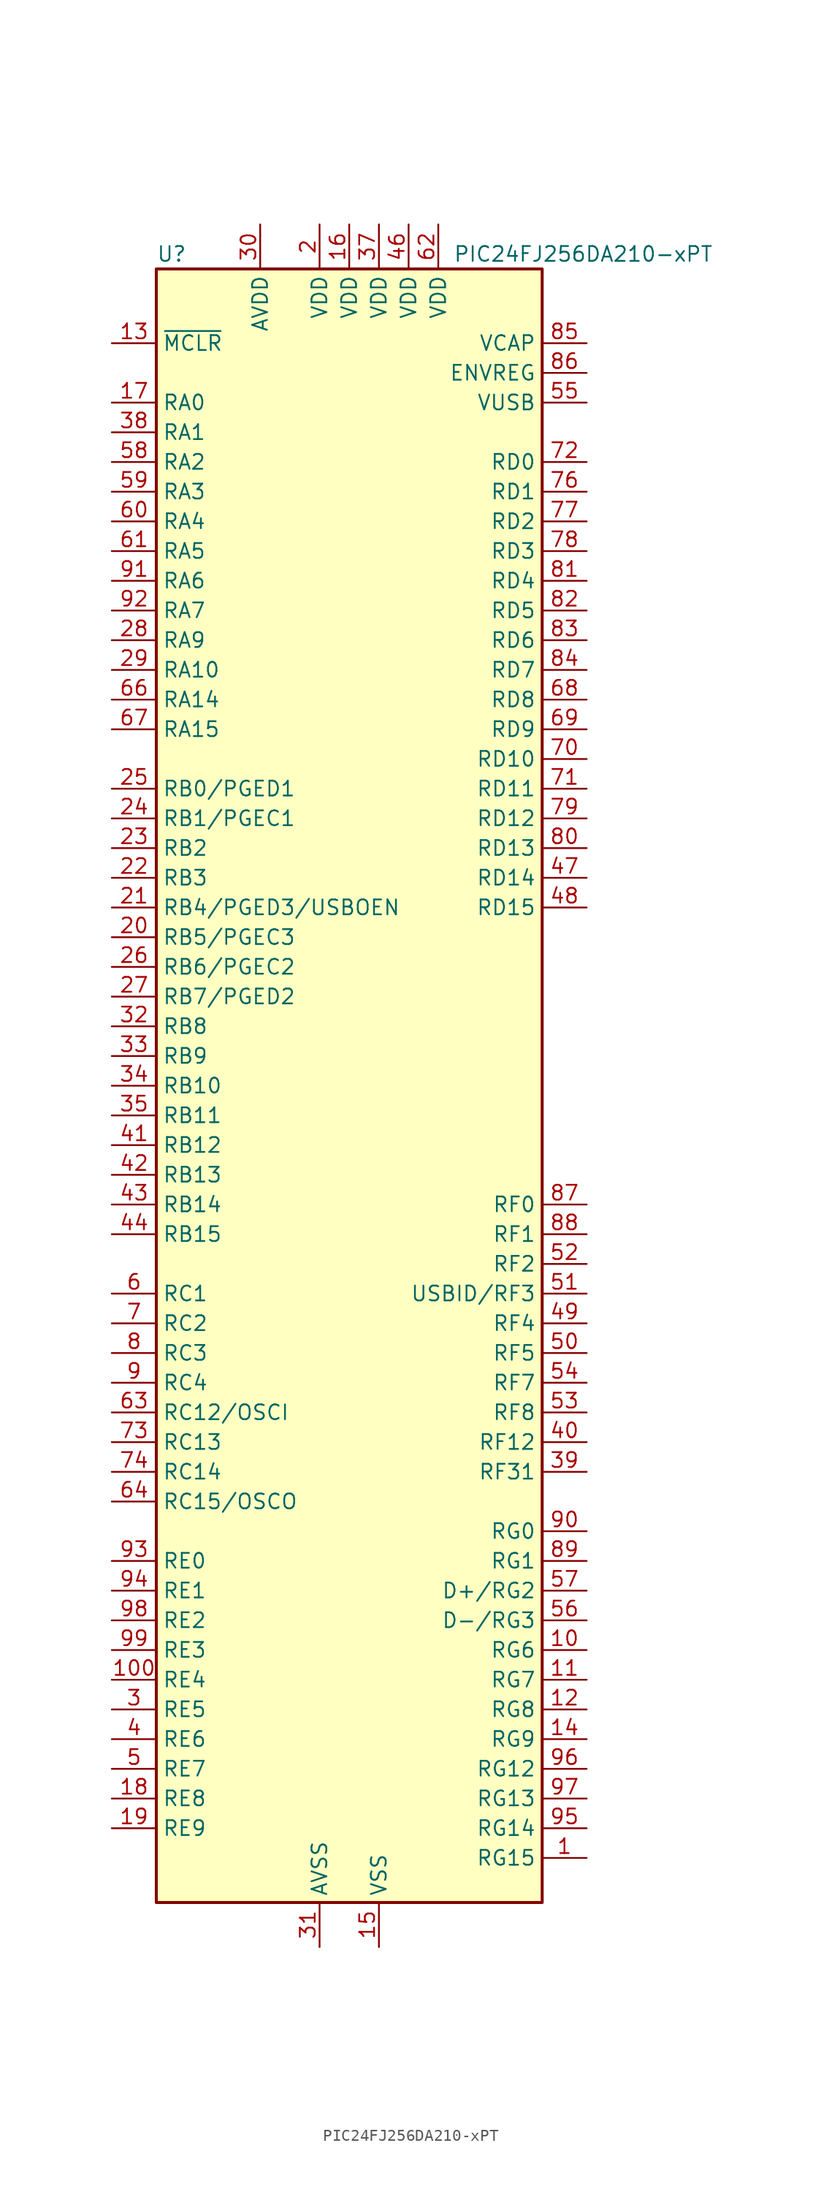
<source format=kicad_sym>
(kicad_symbol_lib
  (version 20201005)
  (generator kicad_symbol_editor)
  (symbol "MCU_Microchip_PIC24:PIC24FJ256DA210-xPT"
    (property "Reference" "U"
      (at -16.51 71.12 0)
      (effects (font (size 1.27 1.27)) (justify left)))
    (property "Value" "PIC24FJ256DA210-xPT"
      (at 8.89 71.12 0)
      (effects (font (size 1.27 1.27)) (justify left)))
    (symbol "PIC24FJ256DA210-xPT_1_1"
      (rectangle (start -16.51 69.85) (end 16.51 -69.85) (stroke (width 0.254)) (fill (type background)))
      (pin bidirectional line (at 20.32 -66.04 180) (length 3.81) (name "RG15" (effects (font (size 1.27 1.27)))) (number "1" (effects (font (size 1.27 1.27)))))
      (pin bidirectional line (at 20.32 -48.26 180) (length 3.81) (name "RG6" (effects (font (size 1.27 1.27)))) (number "10" (effects (font (size 1.27 1.27)))))
      (pin bidirectional line (at -20.32 -50.8 0) (length 3.81) (name "RE4" (effects (font (size 1.27 1.27)))) (number "100" (effects (font (size 1.27 1.27)))))
      (pin bidirectional line (at 20.32 -50.8 180) (length 3.81) (name "RG7" (effects (font (size 1.27 1.27)))) (number "11" (effects (font (size 1.27 1.27)))))
      (pin bidirectional line (at 20.32 -53.34 180) (length 3.81) (name "RG8" (effects (font (size 1.27 1.27)))) (number "12" (effects (font (size 1.27 1.27)))))
      (pin input line (at -20.32 63.5 0) (length 3.81) (name "~MCLR" (effects (font (size 1.27 1.27)))) (number "13" (effects (font (size 1.27 1.27)))))
      (pin bidirectional line (at 20.32 -55.88 180) (length 3.81) (name "RG9" (effects (font (size 1.27 1.27)))) (number "14" (effects (font (size 1.27 1.27)))))
      (pin power_in line (at 2.54 -73.66 90) (length 3.81) (name "VSS" (effects (font (size 1.27 1.27)))) (number "15" (effects (font (size 1.27 1.27)))))
      (pin power_in line (at 0 73.66 270) (length 3.81) (name "VDD" (effects (font (size 1.27 1.27)))) (number "16" (effects (font (size 1.27 1.27)))))
      (pin bidirectional line (at -20.32 58.42 0) (length 3.81) (name "RA0" (effects (font (size 1.27 1.27)))) (number "17" (effects (font (size 1.27 1.27)))))
      (pin bidirectional line (at -20.32 -60.96 0) (length 3.81) (name "RE8" (effects (font (size 1.27 1.27)))) (number "18" (effects (font (size 1.27 1.27)))))
      (pin bidirectional line (at -20.32 -63.5 0) (length 3.81) (name "RE9" (effects (font (size 1.27 1.27)))) (number "19" (effects (font (size 1.27 1.27)))))
      (pin power_in line (at -2.54 73.66 270) (length 3.81) (name "VDD" (effects (font (size 1.27 1.27)))) (number "2" (effects (font (size 1.27 1.27)))))
      (pin bidirectional line (at -20.32 12.7 0) (length 3.81) (name "RB5/PGEC3" (effects (font (size 1.27 1.27)))) (number "20" (effects (font (size 1.27 1.27)))))
      (pin bidirectional line (at -20.32 15.24 0) (length 3.81) (name "RB4/PGED3/USBOEN" (effects (font (size 1.27 1.27)))) (number "21" (effects (font (size 1.27 1.27)))))
      (pin bidirectional line (at -20.32 17.78 0) (length 3.81) (name "RB3" (effects (font (size 1.27 1.27)))) (number "22" (effects (font (size 1.27 1.27)))))
      (pin bidirectional line (at -20.32 20.32 0) (length 3.81) (name "RB2" (effects (font (size 1.27 1.27)))) (number "23" (effects (font (size 1.27 1.27)))))
      (pin bidirectional line (at -20.32 22.86 0) (length 3.81) (name "RB1/PGEC1" (effects (font (size 1.27 1.27)))) (number "24" (effects (font (size 1.27 1.27)))))
      (pin bidirectional line (at -20.32 25.4 0) (length 3.81) (name "RB0/PGED1" (effects (font (size 1.27 1.27)))) (number "25" (effects (font (size 1.27 1.27)))))
      (pin bidirectional line (at -20.32 10.16 0) (length 3.81) (name "RB6/PGEC2" (effects (font (size 1.27 1.27)))) (number "26" (effects (font (size 1.27 1.27)))))
      (pin bidirectional line (at -20.32 7.62 0) (length 3.81) (name "RB7/PGED2" (effects (font (size 1.27 1.27)))) (number "27" (effects (font (size 1.27 1.27)))))
      (pin bidirectional line (at -20.32 38.1 0) (length 3.81) (name "RA9" (effects (font (size 1.27 1.27)))) (number "28" (effects (font (size 1.27 1.27)))))
      (pin bidirectional line (at -20.32 35.56 0) (length 3.81) (name "RA10" (effects (font (size 1.27 1.27)))) (number "29" (effects (font (size 1.27 1.27)))))
      (pin bidirectional line (at -20.32 -53.34 0) (length 3.81) (name "RE5" (effects (font (size 1.27 1.27)))) (number "3" (effects (font (size 1.27 1.27)))))
      (pin power_in line (at -7.62 73.66 270) (length 3.81) (name "AVDD" (effects (font (size 1.27 1.27)))) (number "30" (effects (font (size 1.27 1.27)))))
      (pin power_in line (at -2.54 -73.66 90) (length 3.81) (name "AVSS" (effects (font (size 1.27 1.27)))) (number "31" (effects (font (size 1.27 1.27)))))
      (pin bidirectional line (at -20.32 5.08 0) (length 3.81) (name "RB8" (effects (font (size 1.27 1.27)))) (number "32" (effects (font (size 1.27 1.27)))))
      (pin bidirectional line (at -20.32 2.54 0) (length 3.81) (name "RB9" (effects (font (size 1.27 1.27)))) (number "33" (effects (font (size 1.27 1.27)))))
      (pin bidirectional line (at -20.32 0 0) (length 3.81) (name "RB10" (effects (font (size 1.27 1.27)))) (number "34" (effects (font (size 1.27 1.27)))))
      (pin bidirectional line (at -20.32 -2.54 0) (length 3.81) (name "RB11" (effects (font (size 1.27 1.27)))) (number "35" (effects (font (size 1.27 1.27)))))
      (pin passive line (at 2.54 -73.66 90) (length 3.81) hide (name "VSS" (effects (font (size 1.27 1.27)))) (number "36" (effects (font (size 1.27 1.27)))))
      (pin power_in line (at 2.54 73.66 270) (length 3.81) (name "VDD" (effects (font (size 1.27 1.27)))) (number "37" (effects (font (size 1.27 1.27)))))
      (pin bidirectional line (at -20.32 55.88 0) (length 3.81) (name "RA1" (effects (font (size 1.27 1.27)))) (number "38" (effects (font (size 1.27 1.27)))))
      (pin bidirectional line (at 20.32 -33.02 180) (length 3.81) (name "RF31" (effects (font (size 1.27 1.27)))) (number "39" (effects (font (size 1.27 1.27)))))
      (pin bidirectional line (at -20.32 -55.88 0) (length 3.81) (name "RE6" (effects (font (size 1.27 1.27)))) (number "4" (effects (font (size 1.27 1.27)))))
      (pin bidirectional line (at 20.32 -30.48 180) (length 3.81) (name "RF12" (effects (font (size 1.27 1.27)))) (number "40" (effects (font (size 1.27 1.27)))))
      (pin bidirectional line (at -20.32 -5.08 0) (length 3.81) (name "RB12" (effects (font (size 1.27 1.27)))) (number "41" (effects (font (size 1.27 1.27)))))
      (pin bidirectional line (at -20.32 -7.62 0) (length 3.81) (name "RB13" (effects (font (size 1.27 1.27)))) (number "42" (effects (font (size 1.27 1.27)))))
      (pin bidirectional line (at -20.32 -10.16 0) (length 3.81) (name "RB14" (effects (font (size 1.27 1.27)))) (number "43" (effects (font (size 1.27 1.27)))))
      (pin bidirectional line (at -20.32 -12.7 0) (length 3.81) (name "RB15" (effects (font (size 1.27 1.27)))) (number "44" (effects (font (size 1.27 1.27)))))
      (pin passive line (at 2.54 -73.66 90) (length 3.81) hide (name "VSS" (effects (font (size 1.27 1.27)))) (number "45" (effects (font (size 1.27 1.27)))))
      (pin power_in line (at 5.08 73.66 270) (length 3.81) (name "VDD" (effects (font (size 1.27 1.27)))) (number "46" (effects (font (size 1.27 1.27)))))
      (pin bidirectional line (at 20.32 17.78 180) (length 3.81) (name "RD14" (effects (font (size 1.27 1.27)))) (number "47" (effects (font (size 1.27 1.27)))))
      (pin bidirectional line (at 20.32 15.24 180) (length 3.81) (name "RD15" (effects (font (size 1.27 1.27)))) (number "48" (effects (font (size 1.27 1.27)))))
      (pin bidirectional line (at 20.32 -20.32 180) (length 3.81) (name "RF4" (effects (font (size 1.27 1.27)))) (number "49" (effects (font (size 1.27 1.27)))))
      (pin bidirectional line (at -20.32 -58.42 0) (length 3.81) (name "RE7" (effects (font (size 1.27 1.27)))) (number "5" (effects (font (size 1.27 1.27)))))
      (pin bidirectional line (at 20.32 -22.86 180) (length 3.81) (name "RF5" (effects (font (size 1.27 1.27)))) (number "50" (effects (font (size 1.27 1.27)))))
      (pin bidirectional line (at 20.32 -17.78 180) (length 3.81) (name "USBID/RF3" (effects (font (size 1.27 1.27)))) (number "51" (effects (font (size 1.27 1.27)))))
      (pin bidirectional line (at 20.32 -15.24 180) (length 3.81) (name "RF2" (effects (font (size 1.27 1.27)))) (number "52" (effects (font (size 1.27 1.27)))))
      (pin bidirectional line (at 20.32 -27.94 180) (length 3.81) (name "RF8" (effects (font (size 1.27 1.27)))) (number "53" (effects (font (size 1.27 1.27)))))
      (pin bidirectional line (at 20.32 -25.4 180) (length 3.81) (name "RF7" (effects (font (size 1.27 1.27)))) (number "54" (effects (font (size 1.27 1.27)))))
      (pin bidirectional line (at 20.32 58.42 180) (length 3.81) (name "VUSB" (effects (font (size 1.27 1.27)))) (number "55" (effects (font (size 1.27 1.27)))))
      (pin bidirectional line (at 20.32 -45.72 180) (length 3.81) (name "D-/RG3" (effects (font (size 1.27 1.27)))) (number "56" (effects (font (size 1.27 1.27)))))
      (pin bidirectional line (at 20.32 -43.18 180) (length 3.81) (name "D+/RG2" (effects (font (size 1.27 1.27)))) (number "57" (effects (font (size 1.27 1.27)))))
      (pin bidirectional line (at -20.32 53.34 0) (length 3.81) (name "RA2" (effects (font (size 1.27 1.27)))) (number "58" (effects (font (size 1.27 1.27)))))
      (pin bidirectional line (at -20.32 50.8 0) (length 3.81) (name "RA3" (effects (font (size 1.27 1.27)))) (number "59" (effects (font (size 1.27 1.27)))))
      (pin bidirectional line (at -20.32 -17.78 0) (length 3.81) (name "RC1" (effects (font (size 1.27 1.27)))) (number "6" (effects (font (size 1.27 1.27)))))
      (pin bidirectional line (at -20.32 48.26 0) (length 3.81) (name "RA4" (effects (font (size 1.27 1.27)))) (number "60" (effects (font (size 1.27 1.27)))))
      (pin bidirectional line (at -20.32 45.72 0) (length 3.81) (name "RA5" (effects (font (size 1.27 1.27)))) (number "61" (effects (font (size 1.27 1.27)))))
      (pin power_in line (at 7.62 73.66 270) (length 3.81) (name "VDD" (effects (font (size 1.27 1.27)))) (number "62" (effects (font (size 1.27 1.27)))))
      (pin bidirectional line (at -20.32 -27.94 0) (length 3.81) (name "RC12/OSCI" (effects (font (size 1.27 1.27)))) (number "63" (effects (font (size 1.27 1.27)))))
      (pin bidirectional line (at -20.32 -35.56 0) (length 3.81) (name "RC15/OSCO" (effects (font (size 1.27 1.27)))) (number "64" (effects (font (size 1.27 1.27)))))
      (pin passive line (at 2.54 -73.66 90) (length 3.81) hide (name "VSS" (effects (font (size 1.27 1.27)))) (number "65" (effects (font (size 1.27 1.27)))))
      (pin bidirectional line (at -20.32 33.02 0) (length 3.81) (name "RA14" (effects (font (size 1.27 1.27)))) (number "66" (effects (font (size 1.27 1.27)))))
      (pin bidirectional line (at -20.32 30.48 0) (length 3.81) (name "RA15" (effects (font (size 1.27 1.27)))) (number "67" (effects (font (size 1.27 1.27)))))
      (pin bidirectional line (at 20.32 33.02 180) (length 3.81) (name "RD8" (effects (font (size 1.27 1.27)))) (number "68" (effects (font (size 1.27 1.27)))))
      (pin bidirectional line (at 20.32 30.48 180) (length 3.81) (name "RD9" (effects (font (size 1.27 1.27)))) (number "69" (effects (font (size 1.27 1.27)))))
      (pin bidirectional line (at -20.32 -20.32 0) (length 3.81) (name "RC2" (effects (font (size 1.27 1.27)))) (number "7" (effects (font (size 1.27 1.27)))))
      (pin bidirectional line (at 20.32 27.94 180) (length 3.81) (name "RD10" (effects (font (size 1.27 1.27)))) (number "70" (effects (font (size 1.27 1.27)))))
      (pin bidirectional line (at 20.32 25.4 180) (length 3.81) (name "RD11" (effects (font (size 1.27 1.27)))) (number "71" (effects (font (size 1.27 1.27)))))
      (pin bidirectional line (at 20.32 53.34 180) (length 3.81) (name "RD0" (effects (font (size 1.27 1.27)))) (number "72" (effects (font (size 1.27 1.27)))))
      (pin bidirectional line (at -20.32 -30.48 0) (length 3.81) (name "RC13" (effects (font (size 1.27 1.27)))) (number "73" (effects (font (size 1.27 1.27)))))
      (pin bidirectional line (at -20.32 -33.02 0) (length 3.81) (name "RC14" (effects (font (size 1.27 1.27)))) (number "74" (effects (font (size 1.27 1.27)))))
      (pin passive line (at 2.54 -73.66 90) (length 3.81) hide (name "VSS" (effects (font (size 1.27 1.27)))) (number "75" (effects (font (size 1.27 1.27)))))
      (pin bidirectional line (at 20.32 50.8 180) (length 3.81) (name "RD1" (effects (font (size 1.27 1.27)))) (number "76" (effects (font (size 1.27 1.27)))))
      (pin bidirectional line (at 20.32 48.26 180) (length 3.81) (name "RD2" (effects (font (size 1.27 1.27)))) (number "77" (effects (font (size 1.27 1.27)))))
      (pin bidirectional line (at 20.32 45.72 180) (length 3.81) (name "RD3" (effects (font (size 1.27 1.27)))) (number "78" (effects (font (size 1.27 1.27)))))
      (pin bidirectional line (at 20.32 22.86 180) (length 3.81) (name "RD12" (effects (font (size 1.27 1.27)))) (number "79" (effects (font (size 1.27 1.27)))))
      (pin bidirectional line (at -20.32 -22.86 0) (length 3.81) (name "RC3" (effects (font (size 1.27 1.27)))) (number "8" (effects (font (size 1.27 1.27)))))
      (pin bidirectional line (at 20.32 20.32 180) (length 3.81) (name "RD13" (effects (font (size 1.27 1.27)))) (number "80" (effects (font (size 1.27 1.27)))))
      (pin bidirectional line (at 20.32 43.18 180) (length 3.81) (name "RD4" (effects (font (size 1.27 1.27)))) (number "81" (effects (font (size 1.27 1.27)))))
      (pin bidirectional line (at 20.32 40.64 180) (length 3.81) (name "RD5" (effects (font (size 1.27 1.27)))) (number "82" (effects (font (size 1.27 1.27)))))
      (pin bidirectional line (at 20.32 38.1 180) (length 3.81) (name "RD6" (effects (font (size 1.27 1.27)))) (number "83" (effects (font (size 1.27 1.27)))))
      (pin bidirectional line (at 20.32 35.56 180) (length 3.81) (name "RD7" (effects (font (size 1.27 1.27)))) (number "84" (effects (font (size 1.27 1.27)))))
      (pin passive line (at 20.32 63.5 180) (length 3.81) (name "VCAP" (effects (font (size 1.27 1.27)))) (number "85" (effects (font (size 1.27 1.27)))))
      (pin input line (at 20.32 60.96 180) (length 3.81) (name "ENVREG" (effects (font (size 1.27 1.27)))) (number "86" (effects (font (size 1.27 1.27)))))
      (pin bidirectional line (at 20.32 -10.16 180) (length 3.81) (name "RF0" (effects (font (size 1.27 1.27)))) (number "87" (effects (font (size 1.27 1.27)))))
      (pin bidirectional line (at 20.32 -12.7 180) (length 3.81) (name "RF1" (effects (font (size 1.27 1.27)))) (number "88" (effects (font (size 1.27 1.27)))))
      (pin bidirectional line (at 20.32 -40.64 180) (length 3.81) (name "RG1" (effects (font (size 1.27 1.27)))) (number "89" (effects (font (size 1.27 1.27)))))
      (pin bidirectional line (at -20.32 -25.4 0) (length 3.81) (name "RC4" (effects (font (size 1.27 1.27)))) (number "9" (effects (font (size 1.27 1.27)))))
      (pin bidirectional line (at 20.32 -38.1 180) (length 3.81) (name "RG0" (effects (font (size 1.27 1.27)))) (number "90" (effects (font (size 1.27 1.27)))))
      (pin bidirectional line (at -20.32 43.18 0) (length 3.81) (name "RA6" (effects (font (size 1.27 1.27)))) (number "91" (effects (font (size 1.27 1.27)))))
      (pin bidirectional line (at -20.32 40.64 0) (length 3.81) (name "RA7" (effects (font (size 1.27 1.27)))) (number "92" (effects (font (size 1.27 1.27)))))
      (pin bidirectional line (at -20.32 -40.64 0) (length 3.81) (name "RE0" (effects (font (size 1.27 1.27)))) (number "93" (effects (font (size 1.27 1.27)))))
      (pin bidirectional line (at -20.32 -43.18 0) (length 3.81) (name "RE1" (effects (font (size 1.27 1.27)))) (number "94" (effects (font (size 1.27 1.27)))))
      (pin bidirectional line (at 20.32 -63.5 180) (length 3.81) (name "RG14" (effects (font (size 1.27 1.27)))) (number "95" (effects (font (size 1.27 1.27)))))
      (pin bidirectional line (at 20.32 -58.42 180) (length 3.81) (name "RG12" (effects (font (size 1.27 1.27)))) (number "96" (effects (font (size 1.27 1.27)))))
      (pin bidirectional line (at 20.32 -60.96 180) (length 3.81) (name "RG13" (effects (font (size 1.27 1.27)))) (number "97" (effects (font (size 1.27 1.27)))))
      (pin bidirectional line (at -20.32 -45.72 0) (length 3.81) (name "RE2" (effects (font (size 1.27 1.27)))) (number "98" (effects (font (size 1.27 1.27)))))
      (pin bidirectional line (at -20.32 -48.26 0) (length 3.81) (name "RE3" (effects (font (size 1.27 1.27)))) (number "99" (effects (font (size 1.27 1.27))))))))
</source>
